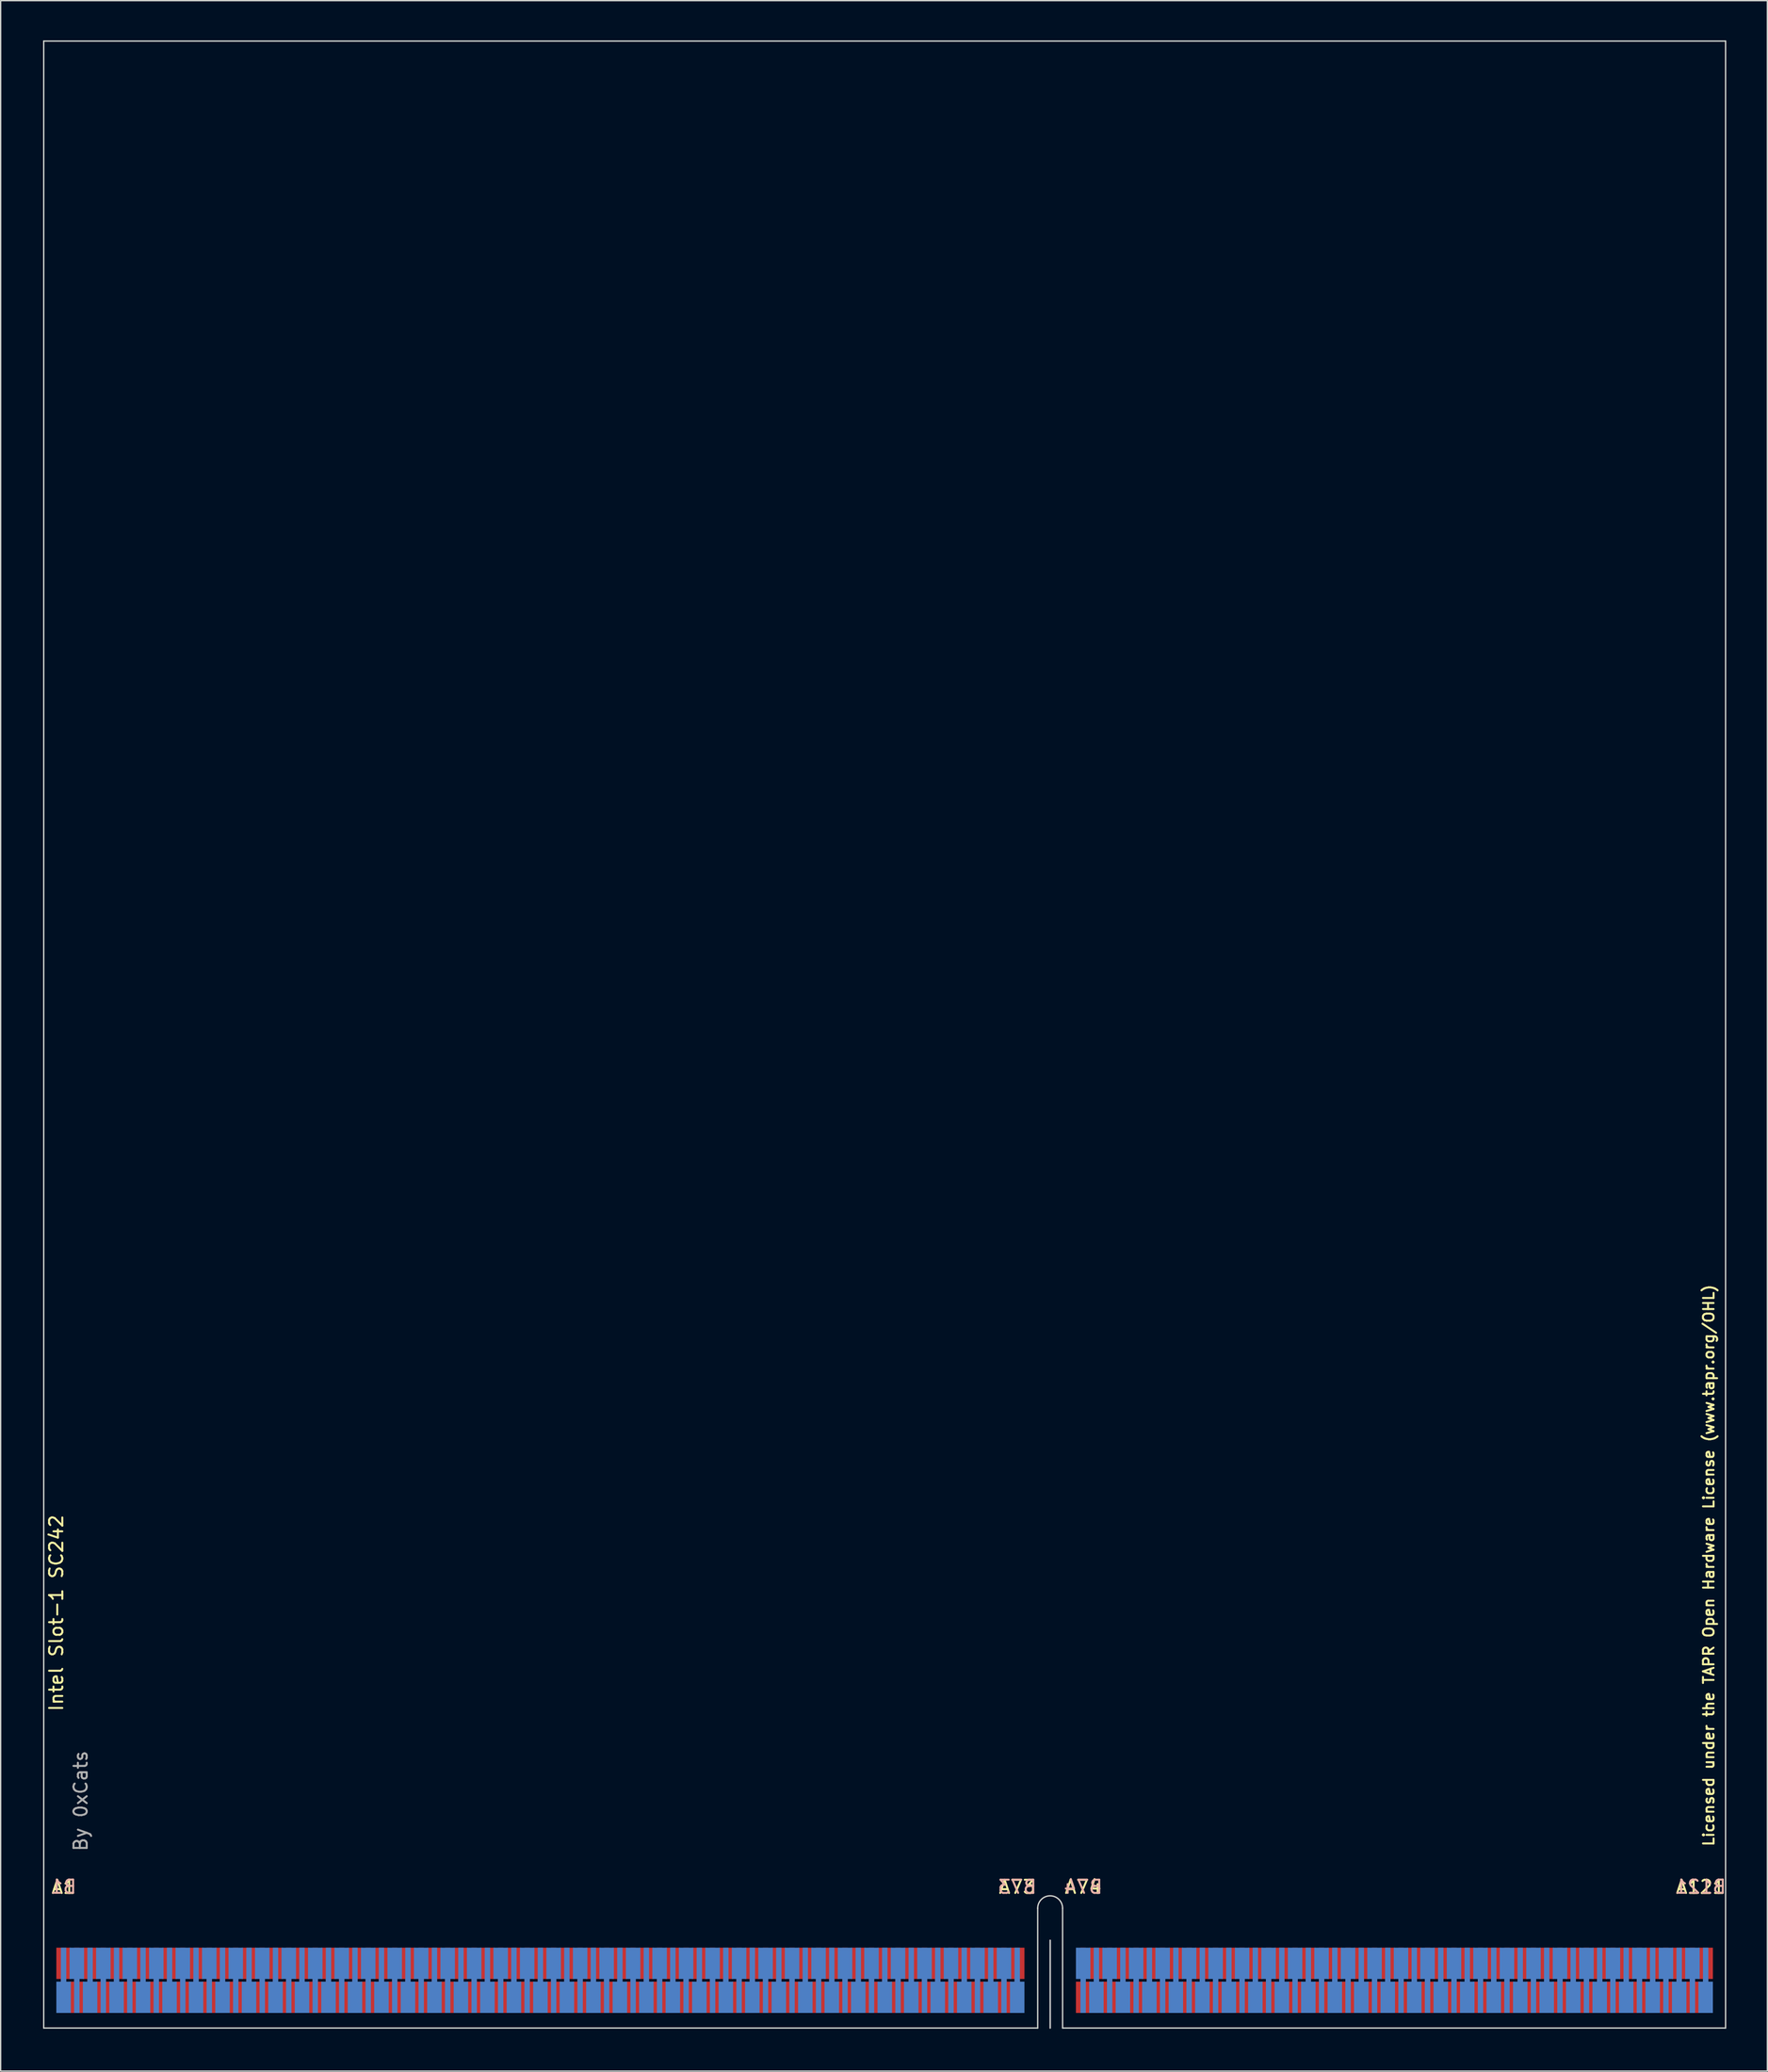
<source format=kicad_pcb>
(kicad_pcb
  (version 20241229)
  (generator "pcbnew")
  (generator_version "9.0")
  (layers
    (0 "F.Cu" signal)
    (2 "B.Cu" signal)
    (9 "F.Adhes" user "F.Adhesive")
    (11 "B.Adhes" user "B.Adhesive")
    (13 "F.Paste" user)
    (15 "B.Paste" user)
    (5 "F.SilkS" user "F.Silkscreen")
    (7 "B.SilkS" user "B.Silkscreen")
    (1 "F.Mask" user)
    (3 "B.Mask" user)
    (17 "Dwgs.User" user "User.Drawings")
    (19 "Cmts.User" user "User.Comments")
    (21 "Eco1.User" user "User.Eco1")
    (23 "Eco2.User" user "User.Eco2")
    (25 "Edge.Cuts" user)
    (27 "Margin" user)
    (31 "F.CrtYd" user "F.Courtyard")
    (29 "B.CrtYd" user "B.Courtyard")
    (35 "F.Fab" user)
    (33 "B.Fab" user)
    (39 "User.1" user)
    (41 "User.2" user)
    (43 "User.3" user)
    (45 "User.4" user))
  (footprint "Intel Slot-1 SC242"
    (layer "F.Cu")
    (at 0.25 150.05)
    (property "Reference" "Intel Slot-1 SC242" (at 0.95 -31.33 90) (unlocked yes) (layer "F.SilkS") (effects (font (size 1 1) (thickness 0.15))))
    (attr smd)
    (fp_rect (start 75.06 -6.07) (end 0 0) (stroke (width 0.1) (type solid)) (fill yes) (layer "F.Mask"))
    (fp_rect (start 127 -6.07) (end 76.937 0) (stroke (width 0.1) (type solid)) (fill yes) (layer "F.Mask"))
    (fp_rect (start 0 -6.07) (end 75.06 0) (stroke (width 0.1) (type solid)) (fill yes) (layer "B.Mask"))
    (fp_rect (start 76.937 -6.07) (end 127 0) (stroke (width 0.1) (type solid)) (fill yes) (layer "B.Mask"))
    (fp_line (start 76 0) (end 76 -6.62) (stroke (width 0.12) (type solid)) (layer "Dwgs.User"))
    (fp_line (start 0 -150) (end 0 0) (stroke (width 0.1) (type solid)) (layer "Edge.Cuts"))
    (fp_line (start 0 0) (end 75.057 0) (stroke (width 0.1) (type solid)) (layer "Edge.Cuts"))
    (fp_line (start 75.057 0) (end 75.057 -9.042) (stroke (width 0.1) (type solid)) (layer "Edge.Cuts"))
    (fp_line (start 76.937 0) (end 76.937 -9.042) (stroke (width 0.1) (type solid)) (layer "Edge.Cuts"))
    (fp_line (start 76.937 0) (end 127 0) (stroke (width 0.1) (type solid)) (layer "Edge.Cuts"))
    (fp_line (start 127 -150) (end 0 -150) (stroke (width 0.1) (type solid)) (layer "Edge.Cuts"))
    (fp_line (start 127 0) (end 127 -150) (stroke (width 0.1) (type solid)) (layer "Edge.Cuts"))
    (fp_arc (start 75.057 -9.0424) (mid 75.996826 -9.982174) (end 76.9366 -9.042348) (stroke (width 0.1) (type solid)) (layer "Edge.Cuts"))
    (fp_text user "A121" (at 125.11 -10.65 0) (unlocked yes) (layer "F.SilkS") (effects (font (size 1 1) (thickness 0.15))))
    (fp_text user "A74" (at 78.489 -10.65 0) (unlocked yes) (layer "F.SilkS") (effects (font (size 1 1) (thickness 0.15))))
    (fp_text user "Licensed under the TAPR Open Hardware License (www.tapr.org/OHL)" (at 125.73 -34.925 90) (unlocked yes) (layer "F.SilkS") (effects (font (size 0.8 0.8) (thickness 0.15))))
    (fp_text user "A1" (at 1.501 -10.65 0) (unlocked yes) (layer "F.SilkS") (effects (font (size 1 1) (thickness 0.15))))
    (fp_text user "A73" (at 73.511 -10.65 0) (unlocked yes) (layer "F.SilkS") (effects (font (size 1 1) (thickness 0.15))))
    (fp_text user "B73" (at 73.51 -10.656 0) (unlocked yes) (layer "B.SilkS") (effects (font (size 1 1) (thickness 0.15)) (justify mirror)))
    (fp_text user "B121" (at 125.099 -10.663 0) (unlocked yes) (layer "B.SilkS") (effects (font (size 1 1) (thickness 0.15)) (justify mirror)))
    (fp_text user "B1" (at 1.485 -10.663 0) (unlocked yes) (layer "B.SilkS") (effects (font (size 1 1) (thickness 0.15)) (justify mirror)))
    (fp_text user "B74" (at 78.489 -10.656 0) (unlocked yes) (layer "B.SilkS") (effects (font (size 1 1) (thickness 0.15)) (justify mirror)))
    (fp_text user "By 0xCats" (at 2.794 -17.145 90) (unlocked yes) (layer "F.Fab") (effects (font (size 1 1) (thickness 0.15))))
    (pad "A1" connect custom (at 1.501 -4.885 180) (size 1.092 2.362) (layers "F.Cu" "F.Mask") (options (anchor rect)) (primitives (gr_poly (pts (xy 0.203 -1.181) (xy -0.203 -1.181) (xy -0.203 -3.747) (xy 0.203 -3.747)) (width 0) (fill yes))))
    (pad "A2" connect custom (at 2.502 -2.32) (size 1.092 2.362) (layers "F.Cu" "F.Mask") (options (anchor rect)) (primitives (gr_poly (pts (xy 0.203 -1.181) (xy -0.203 -1.181) (xy -0.203 -3.747) (xy 0.203 -3.747)) (width 0) (fill yes))))
    (pad "A3" connect custom (at 3.502 -4.885 180) (size 1.092 2.362) (layers "F.Cu" "F.Mask") (options (anchor rect)) (primitives (gr_poly (pts (xy 0.203 -1.181) (xy -0.203 -1.181) (xy -0.203 -3.747) (xy 0.203 -3.747)) (width 0) (fill yes))))
    (pad "A4" connect custom (at 4.502 -2.32) (size 1.092 2.362) (layers "F.Cu" "F.Mask") (options (anchor rect)) (primitives (gr_poly (pts (xy 0.203 -1.181) (xy -0.203 -1.181) (xy -0.203 -3.747) (xy 0.203 -3.747)) (width 0) (fill yes))))
    (pad "A5" connect custom (at 5.502 -4.885 180) (size 1.092 2.362) (layers "F.Cu" "F.Mask") (options (anchor rect)) (primitives (gr_poly (pts (xy 0.203 -1.181) (xy -0.203 -1.181) (xy -0.203 -3.747) (xy 0.203 -3.747)) (width 0) (fill yes))))
    (pad "A6" connect custom (at 6.502 -2.32) (size 1.092 2.362) (layers "F.Cu" "F.Mask") (options (anchor rect)) (primitives (gr_poly (pts (xy 0.203 -1.181) (xy -0.203 -1.181) (xy -0.203 -3.747) (xy 0.203 -3.747)) (width 0) (fill yes))))
    (pad "A7" connect custom (at 7.502 -4.885 180) (size 1.092 2.362) (layers "F.Cu" "F.Mask") (options (anchor rect)) (primitives (gr_poly (pts (xy 0.203 -1.181) (xy -0.203 -1.181) (xy -0.203 -3.747) (xy 0.203 -3.747)) (width 0) (fill yes))))
    (pad "A8" connect custom (at 8.502 -2.32) (size 1.092 2.362) (layers "F.Cu" "F.Mask") (options (anchor rect)) (primitives (gr_poly (pts (xy 0.203 -1.181) (xy -0.203 -1.181) (xy -0.203 -3.747) (xy 0.203 -3.747)) (width 0) (fill yes))))
    (pad "A9" connect custom (at 9.502 -4.885 180) (size 1.092 2.362) (layers "F.Cu" "F.Mask") (options (anchor rect)) (primitives (gr_poly (pts (xy 0.203 -1.181) (xy -0.203 -1.181) (xy -0.203 -3.747) (xy 0.203 -3.747)) (width 0) (fill yes))))
    (pad "A10" connect custom (at 10.503 -2.32) (size 1.092 2.362) (layers "F.Cu" "F.Mask") (options (anchor rect)) (primitives (gr_poly (pts (xy 0.203 -1.181) (xy -0.203 -1.181) (xy -0.203 -3.747) (xy 0.203 -3.747)) (width 0) (fill yes))))
    (pad "A11" connect custom (at 11.503 -4.885 180) (size 1.092 2.362) (layers "F.Cu" "F.Mask") (options (anchor rect)) (primitives (gr_poly (pts (xy 0.203 -1.181) (xy -0.203 -1.181) (xy -0.203 -3.747) (xy 0.203 -3.747)) (width 0) (fill yes))))
    (pad "A12" connect custom (at 12.503 -2.32) (size 1.092 2.362) (layers "F.Cu" "F.Mask") (options (anchor rect)) (primitives (gr_poly (pts (xy 0.203 -1.181) (xy -0.203 -1.181) (xy -0.203 -3.747) (xy 0.203 -3.747)) (width 0) (fill yes))))
    (pad "A13" connect custom (at 13.503 -4.885 180) (size 1.092 2.362) (layers "F.Cu" "F.Mask") (options (anchor rect)) (primitives (gr_poly (pts (xy 0.203 -1.181) (xy -0.203 -1.181) (xy -0.203 -3.747) (xy 0.203 -3.747)) (width 0) (fill yes))))
    (pad "A14" connect custom (at 14.503 -2.32) (size 1.092 2.362) (layers "F.Cu" "F.Mask") (options (anchor rect)) (primitives (gr_poly (pts (xy 0.203 -1.181) (xy -0.203 -1.181) (xy -0.203 -3.747) (xy 0.203 -3.747)) (width 0) (fill yes))))
    (pad "A15" connect custom (at 15.503 -4.885 180) (size 1.092 2.362) (layers "F.Cu" "F.Mask") (options (anchor rect)) (primitives (gr_poly (pts (xy 0.203 -1.181) (xy -0.203 -1.181) (xy -0.203 -3.747) (xy 0.203 -3.747)) (width 0) (fill yes))))
    (pad "A16" connect custom (at 16.503 -2.32) (size 1.092 2.362) (layers "F.Cu" "F.Mask") (options (anchor rect)) (primitives (gr_poly (pts (xy 0.203 -1.181) (xy -0.203 -1.181) (xy -0.203 -3.747) (xy 0.203 -3.747)) (width 0) (fill yes))))
    (pad "A17" connect custom (at 17.504 -4.885 180) (size 1.092 2.362) (layers "F.Cu" "F.Mask") (options (anchor rect)) (primitives (gr_poly (pts (xy 0.203 -1.181) (xy -0.203 -1.181) (xy -0.203 -3.747) (xy 0.203 -3.747)) (width 0) (fill yes))))
    (pad "A18" connect custom (at 18.504 -2.32) (size 1.092 2.362) (layers "F.Cu" "F.Mask") (options (anchor rect)) (primitives (gr_poly (pts (xy 0.203 -1.181) (xy -0.203 -1.181) (xy -0.203 -3.747) (xy 0.203 -3.747)) (width 0) (fill yes))))
    (pad "A19" connect custom (at 19.504 -4.885 180) (size 1.092 2.362) (layers "F.Cu" "F.Mask") (options (anchor rect)) (primitives (gr_poly (pts (xy 0.203 -1.181) (xy -0.203 -1.181) (xy -0.203 -3.747) (xy 0.203 -3.747)) (width 0) (fill yes))))
    (pad "A20" connect custom (at 20.504 -2.32) (size 1.092 2.362) (layers "F.Cu" "F.Mask") (options (anchor rect)) (primitives (gr_poly (pts (xy 0.203 -1.181) (xy -0.203 -1.181) (xy -0.203 -3.747) (xy 0.203 -3.747)) (width 0) (fill yes))))
    (pad "A21" connect custom (at 21.504 -4.885 180) (size 1.092 2.362) (layers "F.Cu" "F.Mask") (options (anchor rect)) (primitives (gr_poly (pts (xy 0.203 -1.181) (xy -0.203 -1.181) (xy -0.203 -3.747) (xy 0.203 -3.747)) (width 0) (fill yes))))
    (pad "A22" connect custom (at 22.504 -2.32) (size 1.092 2.362) (layers "F.Cu" "F.Mask") (options (anchor rect)) (primitives (gr_poly (pts (xy 0.203 -1.181) (xy -0.203 -1.181) (xy -0.203 -3.747) (xy 0.203 -3.747)) (width 0) (fill yes))))
    (pad "A23" connect custom (at 23.504 -4.885 180) (size 1.092 2.362) (layers "F.Cu" "F.Mask") (options (anchor rect)) (primitives (gr_poly (pts (xy 0.203 -1.181) (xy -0.203 -1.181) (xy -0.203 -3.747) (xy 0.203 -3.747)) (width 0) (fill yes))))
    (pad "A24" connect custom (at 24.504 -2.32) (size 1.092 2.362) (layers "F.Cu" "F.Mask") (options (anchor rect)) (primitives (gr_poly (pts (xy 0.203 -1.181) (xy -0.203 -1.181) (xy -0.203 -3.747) (xy 0.203 -3.747)) (width 0) (fill yes))))
    (pad "A25" connect custom (at 25.505 -4.885 180) (size 1.092 2.362) (layers "F.Cu" "F.Mask") (options (anchor rect)) (primitives (gr_poly (pts (xy 0.203 -1.181) (xy -0.203 -1.181) (xy -0.203 -3.747) (xy 0.203 -3.747)) (width 0) (fill yes))))
    (pad "A26" connect custom (at 26.505 -2.32) (size 1.092 2.362) (layers "F.Cu" "F.Mask") (options (anchor rect)) (primitives (gr_poly (pts (xy 0.203 -1.181) (xy -0.203 -1.181) (xy -0.203 -3.747) (xy 0.203 -3.747)) (width 0) (fill yes))))
    (pad "A27" connect custom (at 27.505 -4.885 180) (size 1.092 2.362) (layers "F.Cu" "F.Mask") (options (anchor rect)) (primitives (gr_poly (pts (xy 0.203 -1.181) (xy -0.203 -1.181) (xy -0.203 -3.747) (xy 0.203 -3.747)) (width 0) (fill yes))))
    (pad "A28" connect custom (at 28.505 -2.32) (size 1.092 2.362) (layers "F.Cu" "F.Mask") (options (anchor rect)) (primitives (gr_poly (pts (xy 0.203 -1.181) (xy -0.203 -1.181) (xy -0.203 -3.747) (xy 0.203 -3.747)) (width 0) (fill yes))))
    (pad "A29" connect custom (at 29.505 -4.885 180) (size 1.092 2.362) (layers "F.Cu" "F.Mask") (options (anchor rect)) (primitives (gr_poly (pts (xy 0.203 -1.181) (xy -0.203 -1.181) (xy -0.203 -3.747) (xy 0.203 -3.747)) (width 0) (fill yes))))
    (pad "A30" connect custom (at 30.505 -2.32) (size 1.092 2.362) (layers "F.Cu" "F.Mask") (options (anchor rect)) (primitives (gr_poly (pts (xy 0.203 -1.181) (xy -0.203 -1.181) (xy -0.203 -3.747) (xy 0.203 -3.747)) (width 0) (fill yes))))
    (pad "A31" connect custom (at 31.505 -4.885 180) (size 1.092 2.362) (layers "F.Cu" "F.Mask") (options (anchor rect)) (primitives (gr_poly (pts (xy 0.203 -1.181) (xy -0.203 -1.181) (xy -0.203 -3.747) (xy 0.203 -3.747)) (width 0) (fill yes))))
    (pad "A32" connect custom (at 32.505 -2.32) (size 1.092 2.362) (layers "F.Cu" "F.Mask") (options (anchor rect)) (primitives (gr_poly (pts (xy 0.203 -1.181) (xy -0.203 -1.181) (xy -0.203 -3.747) (xy 0.203 -3.747)) (width 0) (fill yes))))
    (pad "A33" connect custom (at 33.506 -4.885 180) (size 1.092 2.362) (layers "F.Cu" "F.Mask") (options (anchor rect)) (primitives (gr_poly (pts (xy 0.203 -1.181) (xy -0.203 -1.181) (xy -0.203 -3.747) (xy 0.203 -3.747)) (width 0) (fill yes))))
    (pad "A34" connect custom (at 34.506 -2.32) (size 1.092 2.362) (layers "F.Cu" "F.Mask") (options (anchor rect)) (primitives (gr_poly (pts (xy 0.203 -1.181) (xy -0.203 -1.181) (xy -0.203 -3.747) (xy 0.203 -3.747)) (width 0) (fill yes))))
    (pad "A35" connect custom (at 35.506 -4.885 180) (size 1.092 2.362) (layers "F.Cu" "F.Mask") (options (anchor rect)) (primitives (gr_poly (pts (xy 0.203 -1.181) (xy -0.203 -1.181) (xy -0.203 -3.747) (xy 0.203 -3.747)) (width 0) (fill yes))))
    (pad "A36" connect custom (at 36.506 -2.32) (size 1.092 2.362) (layers "F.Cu" "F.Mask") (options (anchor rect)) (primitives (gr_poly (pts (xy 0.203 -1.181) (xy -0.203 -1.181) (xy -0.203 -3.747) (xy 0.203 -3.747)) (width 0) (fill yes))))
    (pad "A37" connect custom (at 37.506 -4.885 180) (size 1.092 2.362) (layers "F.Cu" "F.Mask") (options (anchor rect)) (primitives (gr_poly (pts (xy 0.203 -1.181) (xy -0.203 -1.181) (xy -0.203 -3.747) (xy 0.203 -3.747)) (width 0) (fill yes))))
    (pad "A38" connect custom (at 38.506 -2.32) (size 1.092 2.362) (layers "F.Cu" "F.Mask") (options (anchor rect)) (primitives (gr_poly (pts (xy 0.203 -1.181) (xy -0.203 -1.181) (xy -0.203 -3.747) (xy 0.203 -3.747)) (width 0) (fill yes))))
    (pad "A39" connect custom (at 39.506 -4.885 180) (size 1.092 2.362) (layers "F.Cu" "F.Mask") (options (anchor rect)) (primitives (gr_poly (pts (xy 0.203 -1.181) (xy -0.203 -1.181) (xy -0.203 -3.747) (xy 0.203 -3.747)) (width 0) (fill yes))))
    (pad "A40" connect custom (at 40.507 -2.32) (size 1.092 2.362) (layers "F.Cu" "F.Mask") (options (anchor rect)) (primitives (gr_poly (pts (xy 0.203 -1.181) (xy -0.203 -1.181) (xy -0.203 -3.747) (xy 0.203 -3.747)) (width 0) (fill yes))))
    (pad "A41" connect custom (at 41.507 -4.885 180) (size 1.092 2.362) (layers "F.Cu" "F.Mask") (options (anchor rect)) (primitives (gr_poly (pts (xy 0.203 -1.181) (xy -0.203 -1.181) (xy -0.203 -3.747) (xy 0.203 -3.747)) (width 0) (fill yes))))
    (pad "A42" connect custom (at 42.507 -2.32) (size 1.092 2.362) (layers "F.Cu" "F.Mask") (options (anchor rect)) (primitives (gr_poly (pts (xy 0.203 -1.181) (xy -0.203 -1.181) (xy -0.203 -3.747) (xy 0.203 -3.747)) (width 0) (fill yes))))
    (pad "A43" connect custom (at 43.507 -4.885 180) (size 1.092 2.362) (layers "F.Cu" "F.Mask") (options (anchor rect)) (primitives (gr_poly (pts (xy 0.203 -1.181) (xy -0.203 -1.181) (xy -0.203 -3.747) (xy 0.203 -3.747)) (width 0) (fill yes))))
    (pad "A44" connect custom (at 44.507 -2.32) (size 1.092 2.362) (layers "F.Cu" "F.Mask") (options (anchor rect)) (primitives (gr_poly (pts (xy 0.203 -1.181) (xy -0.203 -1.181) (xy -0.203 -3.747) (xy 0.203 -3.747)) (width 0) (fill yes))))
    (pad "A45" connect custom (at 45.507 -4.885 180) (size 1.092 2.362) (layers "F.Cu" "F.Mask") (options (anchor rect)) (primitives (gr_poly (pts (xy 0.203 -1.181) (xy -0.203 -1.181) (xy -0.203 -3.747) (xy 0.203 -3.747)) (width 0) (fill yes))))
    (pad "A46" connect custom (at 46.507 -2.32) (size 1.092 2.362) (layers "F.Cu" "F.Mask") (options (anchor rect)) (primitives (gr_poly (pts (xy 0.203 -1.181) (xy -0.203 -1.181) (xy -0.203 -3.747) (xy 0.203 -3.747)) (width 0) (fill yes))))
    (pad "A47" connect custom (at 47.507 -4.885 180) (size 1.092 2.362) (layers "F.Cu" "F.Mask") (options (anchor rect)) (primitives (gr_poly (pts (xy 0.203 -1.181) (xy -0.203 -1.181) (xy -0.203 -3.747) (xy 0.203 -3.747)) (width 0) (fill yes))))
    (pad "A48" connect custom (at 48.508 -2.32) (size 1.092 2.362) (layers "F.Cu" "F.Mask") (options (anchor rect)) (primitives (gr_poly (pts (xy 0.203 -1.181) (xy -0.203 -1.181) (xy -0.203 -3.747) (xy 0.203 -3.747)) (width 0) (fill yes))))
    (pad "A49" connect custom (at 49.508 -4.885 180) (size 1.092 2.362) (layers "F.Cu" "F.Mask") (options (anchor rect)) (primitives (gr_poly (pts (xy 0.203 -1.181) (xy -0.203 -1.181) (xy -0.203 -3.747) (xy 0.203 -3.747)) (width 0) (fill yes))))
    (pad "A50" connect custom (at 50.508 -2.32) (size 1.092 2.362) (layers "F.Cu" "F.Mask") (options (anchor rect)) (primitives (gr_poly (pts (xy 0.203 -1.181) (xy -0.203 -1.181) (xy -0.203 -3.747) (xy 0.203 -3.747)) (width 0) (fill yes))))
    (pad "A51" connect custom (at 51.508 -4.885 180) (size 1.092 2.362) (layers "F.Cu" "F.Mask") (options (anchor rect)) (primitives (gr_poly (pts (xy 0.203 -1.181) (xy -0.203 -1.181) (xy -0.203 -3.747) (xy 0.203 -3.747)) (width 0) (fill yes))))
    (pad "A52" connect custom (at 52.508 -2.32) (size 1.092 2.362) (layers "F.Cu" "F.Mask") (options (anchor rect)) (primitives (gr_poly (pts (xy 0.203 -1.181) (xy -0.203 -1.181) (xy -0.203 -3.747) (xy 0.203 -3.747)) (width 0) (fill yes))))
    (pad "A53" connect custom (at 53.508 -4.885 180) (size 1.092 2.362) (layers "F.Cu" "F.Mask") (options (anchor rect)) (primitives (gr_poly (pts (xy 0.203 -1.181) (xy -0.203 -1.181) (xy -0.203 -3.747) (xy 0.203 -3.747)) (width 0) (fill yes))))
    (pad "A54" connect custom (at 54.508 -2.32) (size 1.092 2.362) (layers "F.Cu" "F.Mask") (options (anchor rect)) (primitives (gr_poly (pts (xy 0.203 -1.181) (xy -0.203 -1.181) (xy -0.203 -3.747) (xy 0.203 -3.747)) (width 0) (fill yes))))
    (pad "A55" connect custom (at 55.508 -4.885 180) (size 1.092 2.362) (layers "F.Cu" "F.Mask") (options (anchor rect)) (primitives (gr_poly (pts (xy 0.203 -1.181) (xy -0.203 -1.181) (xy -0.203 -3.747) (xy 0.203 -3.747)) (width 0) (fill yes))))
    (pad "A56" connect custom (at 56.509 -2.32) (size 1.092 2.362) (layers "F.Cu" "F.Mask") (options (anchor rect)) (primitives (gr_poly (pts (xy 0.203 -1.181) (xy -0.203 -1.181) (xy -0.203 -3.747) (xy 0.203 -3.747)) (width 0) (fill yes))))
    (pad "A57" connect custom (at 57.509 -4.885 180) (size 1.092 2.362) (layers "F.Cu" "F.Mask") (options (anchor rect)) (primitives (gr_poly (pts (xy 0.203 -1.181) (xy -0.203 -1.181) (xy -0.203 -3.747) (xy 0.203 -3.747)) (width 0) (fill yes))))
    (pad "A58" connect custom (at 58.509 -2.32) (size 1.092 2.362) (layers "F.Cu" "F.Mask") (options (anchor rect)) (primitives (gr_poly (pts (xy 0.203 -1.181) (xy -0.203 -1.181) (xy -0.203 -3.747) (xy 0.203 -3.747)) (width 0) (fill yes))))
    (pad "A59" connect custom (at 59.509 -4.885 180) (size 1.092 2.362) (layers "F.Cu" "F.Mask") (options (anchor rect)) (primitives (gr_poly (pts (xy 0.203 -1.181) (xy -0.203 -1.181) (xy -0.203 -3.747) (xy 0.203 -3.747)) (width 0) (fill yes))))
    (pad "A60" connect custom (at 60.509 -2.32) (size 1.092 2.362) (layers "F.Cu" "F.Mask") (options (anchor rect)) (primitives (gr_poly (pts (xy 0.203 -1.181) (xy -0.203 -1.181) (xy -0.203 -3.747) (xy 0.203 -3.747)) (width 0) (fill yes))))
    (pad "A61" connect custom (at 61.509 -4.885 180) (size 1.092 2.362) (layers "F.Cu" "F.Mask") (options (anchor rect)) (primitives (gr_poly (pts (xy 0.203 -1.181) (xy -0.203 -1.181) (xy -0.203 -3.747) (xy 0.203 -3.747)) (width 0) (fill yes))))
    (pad "A62" connect custom (at 62.509 -2.32) (size 1.092 2.362) (layers "F.Cu" "F.Mask") (options (anchor rect)) (primitives (gr_poly (pts (xy 0.203 -1.181) (xy -0.203 -1.181) (xy -0.203 -3.747) (xy 0.203 -3.747)) (width 0) (fill yes))))
    (pad "A63" connect custom (at 63.51 -4.885 180) (size 1.092 2.362) (layers "F.Cu" "F.Mask") (options (anchor rect)) (primitives (gr_poly (pts (xy 0.203 -1.181) (xy -0.203 -1.181) (xy -0.203 -3.747) (xy 0.203 -3.747)) (width 0) (fill yes))))
    (pad "A64" connect custom (at 64.51 -2.32) (size 1.092 2.362) (layers "F.Cu" "F.Mask") (options (anchor rect)) (primitives (gr_poly (pts (xy 0.203 -1.181) (xy -0.203 -1.181) (xy -0.203 -3.747) (xy 0.203 -3.747)) (width 0) (fill yes))))
    (pad "A65" connect custom (at 65.51 -4.885 180) (size 1.092 2.362) (layers "F.Cu" "F.Mask") (options (anchor rect)) (primitives (gr_poly (pts (xy 0.203 -1.181) (xy -0.203 -1.181) (xy -0.203 -3.747) (xy 0.203 -3.747)) (width 0) (fill yes))))
    (pad "A66" connect custom (at 66.51 -2.32) (size 1.092 2.362) (layers "F.Cu" "F.Mask") (options (anchor rect)) (primitives (gr_poly (pts (xy 0.203 -1.181) (xy -0.203 -1.181) (xy -0.203 -3.747) (xy 0.203 -3.747)) (width 0) (fill yes))))
    (pad "A67" connect custom (at 67.51 -4.885 180) (size 1.092 2.362) (layers "F.Cu" "F.Mask") (options (anchor rect)) (primitives (gr_poly (pts (xy 0.203 -1.181) (xy -0.203 -1.181) (xy -0.203 -3.747) (xy 0.203 -3.747)) (width 0) (fill yes))))
    (pad "A68" connect custom (at 68.51 -2.32) (size 1.092 2.362) (layers "F.Cu" "F.Mask") (options (anchor rect)) (primitives (gr_poly (pts (xy 0.203 -1.181) (xy -0.203 -1.181) (xy -0.203 -3.747) (xy 0.203 -3.747)) (width 0) (fill yes))))
    (pad "A69" connect custom (at 69.51 -4.885 180) (size 1.092 2.362) (layers "F.Cu" "F.Mask") (options (anchor rect)) (primitives (gr_poly (pts (xy 0.203 -1.181) (xy -0.203 -1.181) (xy -0.203 -3.747) (xy 0.203 -3.747)) (width 0) (fill yes))))
    (pad "A70" connect custom (at 70.51 -2.32) (size 1.092 2.362) (layers "F.Cu" "F.Mask") (options (anchor rect)) (primitives (gr_poly (pts (xy 0.203 -1.181) (xy -0.203 -1.181) (xy -0.203 -3.747) (xy 0.203 -3.747)) (width 0) (fill yes))))
    (pad "A71" connect custom (at 71.511 -4.885 180) (size 1.092 2.362) (layers "F.Cu" "F.Mask") (options (anchor rect)) (primitives (gr_poly (pts (xy 0.203 -1.181) (xy -0.203 -1.181) (xy -0.203 -3.747) (xy 0.203 -3.747)) (width 0) (fill yes))))
    (pad "A72" connect custom (at 72.511 -2.32) (size 1.092 2.362) (layers "F.Cu" "F.Mask") (options (anchor rect)) (primitives (gr_poly (pts (xy 0.203 -1.181) (xy -0.203 -1.181) (xy -0.203 -3.747) (xy 0.203 -3.747)) (width 0) (fill yes))))
    (pad "A73" connect custom (at 73.511 -4.885 180) (size 1.092 2.362) (layers "F.Cu" "F.Mask") (options (anchor rect)) (primitives (gr_poly (pts (xy 0.203 -1.181) (xy -0.203 -1.181) (xy -0.203 -3.747) (xy 0.203 -3.747)) (width 0) (fill yes))))
    (pad "A74" connect custom (at 78.489 -2.32) (size 1.092 2.362) (layers "F.Cu" "F.Mask") (options (anchor rect)) (primitives (gr_poly (pts (xy 0.203 -1.181) (xy -0.203 -1.181) (xy -0.203 -3.747) (xy 0.203 -3.747)) (width 0) (fill yes))))
    (pad "A75" connect custom (at 79.489 -4.885 180) (size 1.092 2.362) (layers "F.Cu" "F.Mask") (options (anchor rect)) (primitives (gr_poly (pts (xy 0.203 -1.181) (xy -0.203 -1.181) (xy -0.203 -3.747) (xy 0.203 -3.747)) (width 0) (fill yes))))
    (pad "A76" connect custom (at 80.489 -2.32) (size 1.092 2.362) (layers "F.Cu" "F.Mask") (options (anchor rect)) (primitives (gr_poly (pts (xy 0.203 -1.181) (xy -0.203 -1.181) (xy -0.203 -3.747) (xy 0.203 -3.747)) (width 0) (fill yes))))
    (pad "A77" connect custom (at 81.49 -4.885 180) (size 1.092 2.362) (layers "F.Cu" "F.Mask") (options (anchor rect)) (primitives (gr_poly (pts (xy 0.203 -1.181) (xy -0.203 -1.181) (xy -0.203 -3.747) (xy 0.203 -3.747)) (width 0) (fill yes))))
    (pad "A78" connect custom (at 82.49 -2.32) (size 1.092 2.362) (layers "F.Cu" "F.Mask") (options (anchor rect)) (primitives (gr_poly (pts (xy 0.203 -1.181) (xy -0.203 -1.181) (xy -0.203 -3.747) (xy 0.203 -3.747)) (width 0) (fill yes))))
    (pad "A79" connect custom (at 83.49 -4.885 180) (size 1.092 2.362) (layers "F.Cu" "F.Mask") (options (anchor rect)) (primitives (gr_poly (pts (xy 0.203 -1.181) (xy -0.203 -1.181) (xy -0.203 -3.747) (xy 0.203 -3.747)) (width 0) (fill yes))))
    (pad "A80" connect custom (at 84.49 -2.32) (size 1.092 2.362) (layers "F.Cu" "F.Mask") (options (anchor rect)) (primitives (gr_poly (pts (xy 0.203 -1.181) (xy -0.203 -1.181) (xy -0.203 -3.747) (xy 0.203 -3.747)) (width 0) (fill yes))))
    (pad "A81" connect custom (at 85.49 -4.885 180) (size 1.092 2.362) (layers "F.Cu" "F.Mask") (options (anchor rect)) (primitives (gr_poly (pts (xy 0.203 -1.181) (xy -0.203 -1.181) (xy -0.203 -3.747) (xy 0.203 -3.747)) (width 0) (fill yes))))
    (pad "A82" connect custom (at 86.49 -2.32) (size 1.092 2.362) (layers "F.Cu" "F.Mask") (options (anchor rect)) (primitives (gr_poly (pts (xy 0.203 -1.181) (xy -0.203 -1.181) (xy -0.203 -3.747) (xy 0.203 -3.747)) (width 0) (fill yes))))
    (pad "A83" connect custom (at 87.49 -4.885 180) (size 1.092 2.362) (layers "F.Cu" "F.Mask") (options (anchor rect)) (primitives (gr_poly (pts (xy 0.203 -1.181) (xy -0.203 -1.181) (xy -0.203 -3.747) (xy 0.203 -3.747)) (width 0) (fill yes))))
    (pad "A84" connect custom (at 88.49 -2.32) (size 1.092 2.362) (layers "F.Cu" "F.Mask") (options (anchor rect)) (primitives (gr_poly (pts (xy 0.203 -1.181) (xy -0.203 -1.181) (xy -0.203 -3.747) (xy 0.203 -3.747)) (width 0) (fill yes))))
    (pad "A85" connect custom (at 89.491 -4.885 180) (size 1.092 2.362) (layers "F.Cu" "F.Mask") (options (anchor rect)) (primitives (gr_poly (pts (xy 0.203 -1.181) (xy -0.203 -1.181) (xy -0.203 -3.747) (xy 0.203 -3.747)) (width 0) (fill yes))))
    (pad "A86" connect custom (at 90.491 -2.32) (size 1.092 2.362) (layers "F.Cu" "F.Mask") (options (anchor rect)) (primitives (gr_poly (pts (xy 0.203 -1.181) (xy -0.203 -1.181) (xy -0.203 -3.747) (xy 0.203 -3.747)) (width 0) (fill yes))))
    (pad "A87" connect custom (at 91.491 -4.885 180) (size 1.092 2.362) (layers "F.Cu" "F.Mask") (options (anchor rect)) (primitives (gr_poly (pts (xy 0.203 -1.181) (xy -0.203 -1.181) (xy -0.203 -3.747) (xy 0.203 -3.747)) (width 0) (fill yes))))
    (pad "A88" connect custom (at 92.491 -2.32) (size 1.092 2.362) (layers "F.Cu" "F.Mask") (options (anchor rect)) (primitives (gr_poly (pts (xy 0.203 -1.181) (xy -0.203 -1.181) (xy -0.203 -3.747) (xy 0.203 -3.747)) (width 0) (fill yes))))
    (pad "A89" connect custom (at 93.491 -4.885 180) (size 1.092 2.362) (layers "F.Cu" "F.Mask") (options (anchor rect)) (primitives (gr_poly (pts (xy 0.203 -1.181) (xy -0.203 -1.181) (xy -0.203 -3.747) (xy 0.203 -3.747)) (width 0) (fill yes))))
    (pad "A90" connect custom (at 94.491 -2.32) (size 1.092 2.362) (layers "F.Cu" "F.Mask") (options (anchor rect)) (primitives (gr_poly (pts (xy 0.203 -1.181) (xy -0.203 -1.181) (xy -0.203 -3.747) (xy 0.203 -3.747)) (width 0) (fill yes))))
    (pad "A91" connect custom (at 95.491 -4.885 180) (size 1.092 2.362) (layers "F.Cu" "F.Mask") (options (anchor rect)) (primitives (gr_poly (pts (xy 0.203 -1.181) (xy -0.203 -1.181) (xy -0.203 -3.747) (xy 0.203 -3.747)) (width 0) (fill yes))))
    (pad "A92" connect custom (at 96.492 -2.32) (size 1.092 2.362) (layers "F.Cu" "F.Mask") (options (anchor rect)) (primitives (gr_poly (pts (xy 0.203 -1.181) (xy -0.203 -1.181) (xy -0.203 -3.747) (xy 0.203 -3.747)) (width 0) (fill yes))))
    (pad "A93" connect custom (at 97.492 -4.885 180) (size 1.092 2.362) (layers "F.Cu" "F.Mask") (options (anchor rect)) (primitives (gr_poly (pts (xy 0.203 -1.181) (xy -0.203 -1.181) (xy -0.203 -3.747) (xy 0.203 -3.747)) (width 0) (fill yes))))
    (pad "A94" connect custom (at 98.492 -2.32) (size 1.092 2.362) (layers "F.Cu" "F.Mask") (options (anchor rect)) (primitives (gr_poly (pts (xy 0.203 -1.181) (xy -0.203 -1.181) (xy -0.203 -3.747) (xy 0.203 -3.747)) (width 0) (fill yes))))
    (pad "A95" connect custom (at 99.492 -4.885 180) (size 1.092 2.362) (layers "F.Cu" "F.Mask") (options (anchor rect)) (primitives (gr_poly (pts (xy 0.203 -1.181) (xy -0.203 -1.181) (xy -0.203 -3.747) (xy 0.203 -3.747)) (width 0) (fill yes))))
    (pad "A96" connect custom (at 100.492 -2.32) (size 1.092 2.362) (layers "F.Cu" "F.Mask") (options (anchor rect)) (primitives (gr_poly (pts (xy 0.203 -1.181) (xy -0.203 -1.181) (xy -0.203 -3.747) (xy 0.203 -3.747)) (width 0) (fill yes))))
    (pad "A97" connect custom (at 101.492 -4.885 180) (size 1.092 2.362) (layers "F.Cu" "F.Mask") (options (anchor rect)) (primitives (gr_poly (pts (xy 0.203 -1.181) (xy -0.203 -1.181) (xy -0.203 -3.747) (xy 0.203 -3.747)) (width 0) (fill yes))))
    (pad "A98" connect custom (at 102.492 -2.32) (size 1.092 2.362) (layers "F.Cu" "F.Mask") (options (anchor rect)) (primitives (gr_poly (pts (xy 0.203 -1.181) (xy -0.203 -1.181) (xy -0.203 -3.747) (xy 0.203 -3.747)) (width 0) (fill yes))))
    (pad "A99" connect custom (at 103.492 -4.885 180) (size 1.092 2.362) (layers "F.Cu" "F.Mask") (options (anchor rect)) (primitives (gr_poly (pts (xy 0.203 -1.181) (xy -0.203 -1.181) (xy -0.203 -3.747) (xy 0.203 -3.747)) (width 0) (fill yes))))
    (pad "A100" connect custom (at 104.493 -2.32) (size 1.092 2.362) (layers "F.Cu" "F.Mask") (options (anchor rect)) (primitives (gr_poly (pts (xy 0.203 -1.181) (xy -0.203 -1.181) (xy -0.203 -3.747) (xy 0.203 -3.747)) (width 0) (fill yes))))
    (pad "A101" connect custom (at 105.493 -4.885 180) (size 1.092 2.362) (layers "F.Cu" "F.Mask") (options (anchor rect)) (primitives (gr_poly (pts (xy 0.203 -1.181) (xy -0.203 -1.181) (xy -0.203 -3.747) (xy 0.203 -3.747)) (width 0) (fill yes))))
    (pad "A102" connect custom (at 106.493 -2.32) (size 1.092 2.362) (layers "F.Cu" "F.Mask") (options (anchor rect)) (primitives (gr_poly (pts (xy 0.203 -1.181) (xy -0.203 -1.181) (xy -0.203 -3.747) (xy 0.203 -3.747)) (width 0) (fill yes))))
    (pad "A103" connect custom (at 107.493 -4.885 180) (size 1.092 2.362) (layers "F.Cu" "F.Mask") (options (anchor rect)) (primitives (gr_poly (pts (xy 0.203 -1.181) (xy -0.203 -1.181) (xy -0.203 -3.747) (xy 0.203 -3.747)) (width 0) (fill yes))))
    (pad "A104" connect custom (at 108.493 -2.32) (size 1.092 2.362) (layers "F.Cu" "F.Mask") (options (anchor rect)) (primitives (gr_poly (pts (xy 0.203 -1.181) (xy -0.203 -1.181) (xy -0.203 -3.747) (xy 0.203 -3.747)) (width 0) (fill yes))))
    (pad "A105" connect custom (at 109.493 -4.885 180) (size 1.092 2.362) (layers "F.Cu" "F.Mask") (options (anchor rect)) (primitives (gr_poly (pts (xy 0.203 -1.181) (xy -0.203 -1.181) (xy -0.203 -3.747) (xy 0.203 -3.747)) (width 0) (fill yes))))
    (pad "A106" connect custom (at 110.493 -2.32) (size 1.092 2.362) (layers "F.Cu" "F.Mask") (options (anchor rect)) (primitives (gr_poly (pts (xy 0.203 -1.181) (xy -0.203 -1.181) (xy -0.203 -3.747) (xy 0.203 -3.747)) (width 0) (fill yes))))
    (pad "A107" connect custom (at 111.493 -4.885 180) (size 1.092 2.362) (layers "F.Cu" "F.Mask") (options (anchor rect)) (primitives (gr_poly (pts (xy 0.203 -1.181) (xy -0.203 -1.181) (xy -0.203 -3.747) (xy 0.203 -3.747)) (width 0) (fill yes))))
    (pad "A108" connect custom (at 112.494 -2.32) (size 1.092 2.362) (layers "F.Cu" "F.Mask") (options (anchor rect)) (primitives (gr_poly (pts (xy 0.203 -1.181) (xy -0.203 -1.181) (xy -0.203 -3.747) (xy 0.203 -3.747)) (width 0) (fill yes))))
    (pad "A109" connect custom (at 113.494 -4.885 180) (size 1.092 2.362) (layers "F.Cu" "F.Mask") (options (anchor rect)) (primitives (gr_poly (pts (xy 0.203 -1.181) (xy -0.203 -1.181) (xy -0.203 -3.747) (xy 0.203 -3.747)) (width 0) (fill yes))))
    (pad "A110" connect custom (at 114.494 -2.32) (size 1.092 2.362) (layers "F.Cu" "F.Mask") (options (anchor rect)) (primitives (gr_poly (pts (xy 0.203 -1.181) (xy -0.203 -1.181) (xy -0.203 -3.747) (xy 0.203 -3.747)) (width 0) (fill yes))))
    (pad "A111" connect custom (at 115.494 -4.885 180) (size 1.092 2.362) (layers "F.Cu" "F.Mask") (options (anchor rect)) (primitives (gr_poly (pts (xy 0.203 -1.181) (xy -0.203 -1.181) (xy -0.203 -3.747) (xy 0.203 -3.747)) (width 0) (fill yes))))
    (pad "A112" connect custom (at 116.494 -2.32) (size 1.092 2.362) (layers "F.Cu" "F.Mask") (options (anchor rect)) (primitives (gr_poly (pts (xy 0.203 -1.181) (xy -0.203 -1.181) (xy -0.203 -3.747) (xy 0.203 -3.747)) (width 0) (fill yes))))
    (pad "A113" connect custom (at 117.494 -4.885 180) (size 1.092 2.362) (layers "F.Cu" "F.Mask") (options (anchor rect)) (primitives (gr_poly (pts (xy 0.203 -1.181) (xy -0.203 -1.181) (xy -0.203 -3.747) (xy 0.203 -3.747)) (width 0) (fill yes))))
    (pad "A114" connect custom (at 118.494 -2.32) (size 1.092 2.362) (layers "F.Cu" "F.Mask") (options (anchor rect)) (primitives (gr_poly (pts (xy 0.203 -1.181) (xy -0.203 -1.181) (xy -0.203 -3.747) (xy 0.203 -3.747)) (width 0) (fill yes))))
    (pad "A115" connect custom (at 119.495 -4.885 180) (size 1.092 2.362) (layers "F.Cu" "F.Mask") (options (anchor rect)) (primitives (gr_poly (pts (xy 0.203 -1.181) (xy -0.203 -1.181) (xy -0.203 -3.747) (xy 0.203 -3.747)) (width 0) (fill yes))))
    (pad "A116" connect custom (at 120.495 -2.32) (size 1.092 2.362) (layers "F.Cu" "F.Mask") (options (anchor rect)) (primitives (gr_poly (pts (xy 0.203 -1.181) (xy -0.203 -1.181) (xy -0.203 -3.747) (xy 0.203 -3.747)) (width 0) (fill yes))))
    (pad "A117" connect custom (at 121.495 -4.885 180) (size 1.092 2.362) (layers "F.Cu" "F.Mask") (options (anchor rect)) (primitives (gr_poly (pts (xy 0.203 -1.181) (xy -0.203 -1.181) (xy -0.203 -3.747) (xy 0.203 -3.747)) (width 0) (fill yes))))
    (pad "A118" connect custom (at 122.495 -2.32) (size 1.092 2.362) (layers "F.Cu" "F.Mask") (options (anchor rect)) (primitives (gr_poly (pts (xy 0.203 -1.181) (xy -0.203 -1.181) (xy -0.203 -3.747) (xy 0.203 -3.747)) (width 0) (fill yes))))
    (pad "A119" connect custom (at 123.495 -4.885 180) (size 1.092 2.362) (layers "F.Cu" "F.Mask") (options (anchor rect)) (primitives (gr_poly (pts (xy 0.203 -1.181) (xy -0.203 -1.181) (xy -0.203 -3.747) (xy 0.203 -3.747)) (width 0) (fill yes))))
    (pad "A120" connect custom (at 124.495 -2.32) (size 1.092 2.362) (layers "F.Cu" "F.Mask") (options (anchor rect)) (primitives (gr_poly (pts (xy 0.203 -1.181) (xy -0.203 -1.181) (xy -0.203 -3.747) (xy 0.203 -3.747)) (width 0) (fill yes))))
    (pad "A121" connect custom (at 125.495 -4.885 180) (size 1.092 2.362) (layers "F.Cu" "F.Mask") (options (anchor rect)) (primitives (gr_poly (pts (xy 0.203 -1.181) (xy -0.203 -1.181) (xy -0.203 -3.747) (xy 0.203 -3.747)) (width 0) (fill yes))))
    (pad "B1" connect custom (at 1.501 -2.32) (size 1.092 2.362) (layers "B.Cu" "B.Mask") (options (anchor rect)) (primitives (gr_poly (pts (xy 0.203 -1.181) (xy -0.203 -1.181) (xy -0.203 -3.747) (xy 0.203 -3.747)) (width 0) (fill yes))))
    (pad "B2" connect custom (at 2.502 -4.885 180) (size 1.092 2.362) (layers "B.Cu" "B.Mask") (options (anchor rect)) (primitives (gr_poly (pts (xy 0.203 -1.181) (xy -0.203 -1.181) (xy -0.203 -3.747) (xy 0.203 -3.747)) (width 0) (fill yes))))
    (pad "B3" connect custom (at 3.502 -2.32) (size 1.092 2.362) (layers "B.Cu" "B.Mask") (options (anchor rect)) (primitives (gr_poly (pts (xy 0.203 -1.181) (xy -0.203 -1.181) (xy -0.203 -3.747) (xy 0.203 -3.747)) (width 0) (fill yes))))
    (pad "B4" connect custom (at 4.502 -4.885 180) (size 1.092 2.362) (layers "B.Cu" "B.Mask") (options (anchor rect)) (primitives (gr_poly (pts (xy 0.203 -1.181) (xy -0.203 -1.181) (xy -0.203 -3.747) (xy 0.203 -3.747)) (width 0) (fill yes))))
    (pad "B5" connect custom (at 5.502 -2.32) (size 1.092 2.362) (layers "B.Cu" "B.Mask") (options (anchor rect)) (primitives (gr_poly (pts (xy 0.203 -1.181) (xy -0.203 -1.181) (xy -0.203 -3.747) (xy 0.203 -3.747)) (width 0) (fill yes))))
    (pad "B6" connect custom (at 6.502 -4.885 180) (size 1.092 2.362) (layers "B.Cu" "B.Mask") (options (anchor rect)) (primitives (gr_poly (pts (xy 0.203 -1.181) (xy -0.203 -1.181) (xy -0.203 -3.747) (xy 0.203 -3.747)) (width 0) (fill yes))))
    (pad "B7" connect custom (at 7.502 -2.32) (size 1.092 2.362) (layers "B.Cu" "B.Mask") (options (anchor rect)) (primitives (gr_poly (pts (xy 0.203 -1.181) (xy -0.203 -1.181) (xy -0.203 -3.747) (xy 0.203 -3.747)) (width 0) (fill yes))))
    (pad "B8" connect custom (at 8.502 -4.885 180) (size 1.092 2.362) (layers "B.Cu" "B.Mask") (options (anchor rect)) (primitives (gr_poly (pts (xy 0.203 -1.181) (xy -0.203 -1.181) (xy -0.203 -3.747) (xy 0.203 -3.747)) (width 0) (fill yes))))
    (pad "B9" connect custom (at 9.502 -2.32) (size 1.092 2.362) (layers "B.Cu" "B.Mask") (options (anchor rect)) (primitives (gr_poly (pts (xy 0.203 -1.181) (xy -0.203 -1.181) (xy -0.203 -3.747) (xy 0.203 -3.747)) (width 0) (fill yes))))
    (pad "B10" connect custom (at 10.503 -4.885 180) (size 1.092 2.362) (layers "B.Cu" "B.Mask") (options (anchor rect)) (primitives (gr_poly (pts (xy 0.203 -1.181) (xy -0.203 -1.181) (xy -0.203 -3.747) (xy 0.203 -3.747)) (width 0) (fill yes))))
    (pad "B11" connect custom (at 11.503 -2.32) (size 1.092 2.362) (layers "B.Cu" "B.Mask") (options (anchor rect)) (primitives (gr_poly (pts (xy 0.203 -1.181) (xy -0.203 -1.181) (xy -0.203 -3.747) (xy 0.203 -3.747)) (width 0) (fill yes))))
    (pad "B12" connect custom (at 12.503 -4.885 180) (size 1.092 2.362) (layers "B.Cu" "B.Mask") (options (anchor rect)) (primitives (gr_poly (pts (xy 0.203 -1.181) (xy -0.203 -1.181) (xy -0.203 -3.747) (xy 0.203 -3.747)) (width 0) (fill yes))))
    (pad "B13" connect custom (at 13.503 -2.32) (size 1.092 2.362) (layers "B.Cu" "B.Mask") (options (anchor rect)) (primitives (gr_poly (pts (xy 0.203 -1.181) (xy -0.203 -1.181) (xy -0.203 -3.747) (xy 0.203 -3.747)) (width 0) (fill yes))))
    (pad "B14" connect custom (at 14.503 -4.885 180) (size 1.092 2.362) (layers "B.Cu" "B.Mask") (options (anchor rect)) (primitives (gr_poly (pts (xy 0.203 -1.181) (xy -0.203 -1.181) (xy -0.203 -3.747) (xy 0.203 -3.747)) (width 0) (fill yes))))
    (pad "B15" connect custom (at 15.503 -2.32) (size 1.092 2.362) (layers "B.Cu" "B.Mask") (options (anchor rect)) (primitives (gr_poly (pts (xy 0.203 -1.181) (xy -0.203 -1.181) (xy -0.203 -3.747) (xy 0.203 -3.747)) (width 0) (fill yes))))
    (pad "B16" connect custom (at 16.503 -4.885 180) (size 1.092 2.362) (layers "B.Cu" "B.Mask") (options (anchor rect)) (primitives (gr_poly (pts (xy 0.203 -1.181) (xy -0.203 -1.181) (xy -0.203 -3.747) (xy 0.203 -3.747)) (width 0) (fill yes))))
    (pad "B17" connect custom (at 17.504 -2.32) (size 1.092 2.362) (layers "B.Cu" "B.Mask") (options (anchor rect)) (primitives (gr_poly (pts (xy 0.203 -1.181) (xy -0.203 -1.181) (xy -0.203 -3.747) (xy 0.203 -3.747)) (width 0) (fill yes))))
    (pad "B18" connect custom (at 18.504 -4.885 180) (size 1.092 2.362) (layers "B.Cu" "B.Mask") (options (anchor rect)) (primitives (gr_poly (pts (xy 0.203 -1.181) (xy -0.203 -1.181) (xy -0.203 -3.747) (xy 0.203 -3.747)) (width 0) (fill yes))))
    (pad "B19" connect custom (at 19.504 -2.32) (size 1.092 2.362) (layers "B.Cu" "B.Mask") (options (anchor rect)) (primitives (gr_poly (pts (xy 0.203 -1.181) (xy -0.203 -1.181) (xy -0.203 -3.747) (xy 0.203 -3.747)) (width 0) (fill yes))))
    (pad "B20" connect custom (at 20.504 -4.885 180) (size 1.092 2.362) (layers "B.Cu" "B.Mask") (options (anchor rect)) (primitives (gr_poly (pts (xy 0.203 -1.181) (xy -0.203 -1.181) (xy -0.203 -3.747) (xy 0.203 -3.747)) (width 0) (fill yes))))
    (pad "B21" connect custom (at 21.504 -2.32) (size 1.092 2.362) (layers "B.Cu" "B.Mask") (options (anchor rect)) (primitives (gr_poly (pts (xy 0.203 -1.181) (xy -0.203 -1.181) (xy -0.203 -3.747) (xy 0.203 -3.747)) (width 0) (fill yes))))
    (pad "B22" connect custom (at 22.504 -4.885 180) (size 1.092 2.362) (layers "B.Cu" "B.Mask") (options (anchor rect)) (primitives (gr_poly (pts (xy 0.203 -1.181) (xy -0.203 -1.181) (xy -0.203 -3.747) (xy 0.203 -3.747)) (width 0) (fill yes))))
    (pad "B23" connect custom (at 23.504 -2.32) (size 1.092 2.362) (layers "B.Cu" "B.Mask") (options (anchor rect)) (primitives (gr_poly (pts (xy 0.203 -1.181) (xy -0.203 -1.181) (xy -0.203 -3.747) (xy 0.203 -3.747)) (width 0) (fill yes))))
    (pad "B24" connect custom (at 24.504 -4.885 180) (size 1.092 2.362) (layers "B.Cu" "B.Mask") (options (anchor rect)) (primitives (gr_poly (pts (xy 0.203 -1.181) (xy -0.203 -1.181) (xy -0.203 -3.747) (xy 0.203 -3.747)) (width 0) (fill yes))))
    (pad "B25" connect custom (at 25.505 -2.32) (size 1.092 2.362) (layers "B.Cu" "B.Mask") (options (anchor rect)) (primitives (gr_poly (pts (xy 0.203 -1.181) (xy -0.203 -1.181) (xy -0.203 -3.747) (xy 0.203 -3.747)) (width 0) (fill yes))))
    (pad "B26" connect custom (at 26.505 -4.885 180) (size 1.092 2.362) (layers "B.Cu" "B.Mask") (options (anchor rect)) (primitives (gr_poly (pts (xy 0.203 -1.181) (xy -0.203 -1.181) (xy -0.203 -3.747) (xy 0.203 -3.747)) (width 0) (fill yes))))
    (pad "B27" connect custom (at 27.505 -2.32) (size 1.092 2.362) (layers "B.Cu" "B.Mask") (options (anchor rect)) (primitives (gr_poly (pts (xy 0.203 -1.181) (xy -0.203 -1.181) (xy -0.203 -3.747) (xy 0.203 -3.747)) (width 0) (fill yes))))
    (pad "B28" connect custom (at 28.505 -4.885 180) (size 1.092 2.362) (layers "B.Cu" "B.Mask") (options (anchor rect)) (primitives (gr_poly (pts (xy 0.203 -1.181) (xy -0.203 -1.181) (xy -0.203 -3.747) (xy 0.203 -3.747)) (width 0) (fill yes))))
    (pad "B29" connect custom (at 29.505 -2.32) (size 1.092 2.362) (layers "B.Cu" "B.Mask") (options (anchor rect)) (primitives (gr_poly (pts (xy 0.203 -1.181) (xy -0.203 -1.181) (xy -0.203 -3.747) (xy 0.203 -3.747)) (width 0) (fill yes))))
    (pad "B30" connect custom (at 30.505 -4.885 180) (size 1.092 2.362) (layers "B.Cu" "B.Mask") (options (anchor rect)) (primitives (gr_poly (pts (xy 0.203 -1.181) (xy -0.203 -1.181) (xy -0.203 -3.747) (xy 0.203 -3.747)) (width 0) (fill yes))))
    (pad "B31" connect custom (at 31.505 -2.32) (size 1.092 2.362) (layers "B.Cu" "B.Mask") (options (anchor rect)) (primitives (gr_poly (pts (xy 0.203 -1.181) (xy -0.203 -1.181) (xy -0.203 -3.747) (xy 0.203 -3.747)) (width 0) (fill yes))))
    (pad "B32" connect custom (at 32.505 -4.885 180) (size 1.092 2.362) (layers "B.Cu" "B.Mask") (options (anchor rect)) (primitives (gr_poly (pts (xy 0.203 -1.181) (xy -0.203 -1.181) (xy -0.203 -3.747) (xy 0.203 -3.747)) (width 0) (fill yes))))
    (pad "B33" connect custom (at 33.506 -2.32) (size 1.092 2.362) (layers "B.Cu" "B.Mask") (options (anchor rect)) (primitives (gr_poly (pts (xy 0.203 -1.181) (xy -0.203 -1.181) (xy -0.203 -3.747) (xy 0.203 -3.747)) (width 0) (fill yes))))
    (pad "B34" connect custom (at 34.506 -4.885 180) (size 1.092 2.362) (layers "B.Cu" "B.Mask") (options (anchor rect)) (primitives (gr_poly (pts (xy 0.203 -1.181) (xy -0.203 -1.181) (xy -0.203 -3.747) (xy 0.203 -3.747)) (width 0) (fill yes))))
    (pad "B35" connect custom (at 35.506 -2.32) (size 1.092 2.362) (layers "B.Cu" "B.Mask") (options (anchor rect)) (primitives (gr_poly (pts (xy 0.203 -1.181) (xy -0.203 -1.181) (xy -0.203 -3.747) (xy 0.203 -3.747)) (width 0) (fill yes))))
    (pad "B36" connect custom (at 36.506 -4.885 180) (size 1.092 2.362) (layers "B.Cu" "B.Mask") (options (anchor rect)) (primitives (gr_poly (pts (xy 0.203 -1.181) (xy -0.203 -1.181) (xy -0.203 -3.747) (xy 0.203 -3.747)) (width 0) (fill yes))))
    (pad "B37" connect custom (at 37.506 -2.32) (size 1.092 2.362) (layers "B.Cu" "B.Mask") (options (anchor rect)) (primitives (gr_poly (pts (xy 0.203 -1.181) (xy -0.203 -1.181) (xy -0.203 -3.747) (xy 0.203 -3.747)) (width 0) (fill yes))))
    (pad "B38" connect custom (at 38.506 -4.885 180) (size 1.092 2.362) (layers "B.Cu" "B.Mask") (options (anchor rect)) (primitives (gr_poly (pts (xy 0.203 -1.181) (xy -0.203 -1.181) (xy -0.203 -3.747) (xy 0.203 -3.747)) (width 0) (fill yes))))
    (pad "B39" connect custom (at 39.506 -2.32) (size 1.092 2.362) (layers "B.Cu" "B.Mask") (options (anchor rect)) (primitives (gr_poly (pts (xy 0.203 -1.181) (xy -0.203 -1.181) (xy -0.203 -3.747) (xy 0.203 -3.747)) (width 0) (fill yes))))
    (pad "B40" connect custom (at 40.507 -4.885 180) (size 1.092 2.362) (layers "B.Cu" "B.Mask") (options (anchor rect)) (primitives (gr_poly (pts (xy 0.203 -1.181) (xy -0.203 -1.181) (xy -0.203 -3.747) (xy 0.203 -3.747)) (width 0) (fill yes))))
    (pad "B41" connect custom (at 41.507 -2.32) (size 1.092 2.362) (layers "B.Cu" "B.Mask") (options (anchor rect)) (primitives (gr_poly (pts (xy 0.203 -1.181) (xy -0.203 -1.181) (xy -0.203 -3.747) (xy 0.203 -3.747)) (width 0) (fill yes))))
    (pad "B42" connect custom (at 42.507 -4.885 180) (size 1.092 2.362) (layers "B.Cu" "B.Mask") (options (anchor rect)) (primitives (gr_poly (pts (xy 0.203 -1.181) (xy -0.203 -1.181) (xy -0.203 -3.747) (xy 0.203 -3.747)) (width 0) (fill yes))))
    (pad "B43" connect custom (at 43.507 -2.32) (size 1.092 2.362) (layers "B.Cu" "B.Mask") (options (anchor rect)) (primitives (gr_poly (pts (xy 0.203 -1.181) (xy -0.203 -1.181) (xy -0.203 -3.747) (xy 0.203 -3.747)) (width 0) (fill yes))))
    (pad "B44" connect custom (at 44.507 -4.885 180) (size 1.092 2.362) (layers "B.Cu" "B.Mask") (options (anchor rect)) (primitives (gr_poly (pts (xy 0.203 -1.181) (xy -0.203 -1.181) (xy -0.203 -3.747) (xy 0.203 -3.747)) (width 0) (fill yes))))
    (pad "B45" connect custom (at 45.507 -2.32) (size 1.092 2.362) (layers "B.Cu" "B.Mask") (options (anchor rect)) (primitives (gr_poly (pts (xy 0.203 -1.181) (xy -0.203 -1.181) (xy -0.203 -3.747) (xy 0.203 -3.747)) (width 0) (fill yes))))
    (pad "B46" connect custom (at 46.507 -4.885 180) (size 1.092 2.362) (layers "B.Cu" "B.Mask") (options (anchor rect)) (primitives (gr_poly (pts (xy 0.203 -1.181) (xy -0.203 -1.181) (xy -0.203 -3.747) (xy 0.203 -3.747)) (width 0) (fill yes))))
    (pad "B47" connect custom (at 47.507 -2.32) (size 1.092 2.362) (layers "B.Cu" "B.Mask") (options (anchor rect)) (primitives (gr_poly (pts (xy 0.203 -1.181) (xy -0.203 -1.181) (xy -0.203 -3.747) (xy 0.203 -3.747)) (width 0) (fill yes))))
    (pad "B48" connect custom (at 48.508 -4.885 180) (size 1.092 2.362) (layers "B.Cu" "B.Mask") (options (anchor rect)) (primitives (gr_poly (pts (xy 0.203 -1.181) (xy -0.203 -1.181) (xy -0.203 -3.747) (xy 0.203 -3.747)) (width 0) (fill yes))))
    (pad "B49" connect custom (at 49.508 -2.32) (size 1.092 2.362) (layers "B.Cu" "B.Mask") (options (anchor rect)) (primitives (gr_poly (pts (xy 0.203 -1.181) (xy -0.203 -1.181) (xy -0.203 -3.747) (xy 0.203 -3.747)) (width 0) (fill yes))))
    (pad "B50" connect custom (at 50.508 -4.885 180) (size 1.092 2.362) (layers "B.Cu" "B.Mask") (options (anchor rect)) (primitives (gr_poly (pts (xy 0.203 -1.181) (xy -0.203 -1.181) (xy -0.203 -3.747) (xy 0.203 -3.747)) (width 0) (fill yes))))
    (pad "B51" connect custom (at 51.508 -2.32) (size 1.092 2.362) (layers "B.Cu" "B.Mask") (options (anchor rect)) (primitives (gr_poly (pts (xy 0.203 -1.181) (xy -0.203 -1.181) (xy -0.203 -3.747) (xy 0.203 -3.747)) (width 0) (fill yes))))
    (pad "B52" connect custom (at 52.508 -4.885 180) (size 1.092 2.362) (layers "B.Cu" "B.Mask") (options (anchor rect)) (primitives (gr_poly (pts (xy 0.203 -1.181) (xy -0.203 -1.181) (xy -0.203 -3.747) (xy 0.203 -3.747)) (width 0) (fill yes))))
    (pad "B53" connect custom (at 53.508 -2.32) (size 1.092 2.362) (layers "B.Cu" "B.Mask") (options (anchor rect)) (primitives (gr_poly (pts (xy 0.203 -1.181) (xy -0.203 -1.181) (xy -0.203 -3.747) (xy 0.203 -3.747)) (width 0) (fill yes))))
    (pad "B54" connect custom (at 54.508 -4.885 180) (size 1.092 2.362) (layers "B.Cu" "B.Mask") (options (anchor rect)) (primitives (gr_poly (pts (xy 0.203 -1.181) (xy -0.203 -1.181) (xy -0.203 -3.747) (xy 0.203 -3.747)) (width 0) (fill yes))))
    (pad "B55" connect custom (at 55.508 -2.32) (size 1.092 2.362) (layers "B.Cu" "B.Mask") (options (anchor rect)) (primitives (gr_poly (pts (xy 0.203 -1.181) (xy -0.203 -1.181) (xy -0.203 -3.747) (xy 0.203 -3.747)) (width 0) (fill yes))))
    (pad "B56" connect custom (at 56.509 -4.885 180) (size 1.092 2.362) (layers "B.Cu" "B.Mask") (options (anchor rect)) (primitives (gr_poly (pts (xy 0.203 -1.181) (xy -0.203 -1.181) (xy -0.203 -3.747) (xy 0.203 -3.747)) (width 0) (fill yes))))
    (pad "B57" connect custom (at 57.509 -2.32) (size 1.092 2.362) (layers "B.Cu" "B.Mask") (options (anchor rect)) (primitives (gr_poly (pts (xy 0.203 -1.181) (xy -0.203 -1.181) (xy -0.203 -3.747) (xy 0.203 -3.747)) (width 0) (fill yes))))
    (pad "B58" connect custom (at 58.509 -4.885 180) (size 1.092 2.362) (layers "B.Cu" "B.Mask") (options (anchor rect)) (primitives (gr_poly (pts (xy 0.203 -1.181) (xy -0.203 -1.181) (xy -0.203 -3.747) (xy 0.203 -3.747)) (width 0) (fill yes))))
    (pad "B59" connect custom (at 59.509 -2.32) (size 1.092 2.362) (layers "B.Cu" "B.Mask") (options (anchor rect)) (primitives (gr_poly (pts (xy 0.203 -1.181) (xy -0.203 -1.181) (xy -0.203 -3.747) (xy 0.203 -3.747)) (width 0) (fill yes))))
    (pad "B60" connect custom (at 60.509 -4.885 180) (size 1.092 2.362) (layers "B.Cu" "B.Mask") (options (anchor rect)) (primitives (gr_poly (pts (xy 0.203 -1.181) (xy -0.203 -1.181) (xy -0.203 -3.747) (xy 0.203 -3.747)) (width 0) (fill yes))))
    (pad "B61" connect custom (at 61.509 -2.32) (size 1.092 2.362) (layers "B.Cu" "B.Mask") (options (anchor rect)) (primitives (gr_poly (pts (xy 0.203 -1.181) (xy -0.203 -1.181) (xy -0.203 -3.747) (xy 0.203 -3.747)) (width 0) (fill yes))))
    (pad "B62" connect custom (at 62.509 -4.885 180) (size 1.092 2.362) (layers "B.Cu" "B.Mask") (options (anchor rect)) (primitives (gr_poly (pts (xy 0.203 -1.181) (xy -0.203 -1.181) (xy -0.203 -3.747) (xy 0.203 -3.747)) (width 0) (fill yes))))
    (pad "B63" connect custom (at 63.51 -2.32) (size 1.092 2.362) (layers "B.Cu" "B.Mask") (options (anchor rect)) (primitives (gr_poly (pts (xy 0.203 -1.181) (xy -0.203 -1.181) (xy -0.203 -3.747) (xy 0.203 -3.747)) (width 0) (fill yes))))
    (pad "B64" connect custom (at 64.51 -4.885 180) (size 1.092 2.362) (layers "B.Cu" "B.Mask") (options (anchor rect)) (primitives (gr_poly (pts (xy 0.203 -1.181) (xy -0.203 -1.181) (xy -0.203 -3.747) (xy 0.203 -3.747)) (width 0) (fill yes))))
    (pad "B65" connect custom (at 65.51 -2.32) (size 1.092 2.362) (layers "B.Cu" "B.Mask") (options (anchor rect)) (primitives (gr_poly (pts (xy 0.203 -1.181) (xy -0.203 -1.181) (xy -0.203 -3.747) (xy 0.203 -3.747)) (width 0) (fill yes))))
    (pad "B66" connect custom (at 66.51 -4.885 180) (size 1.092 2.362) (layers "B.Cu" "B.Mask") (options (anchor rect)) (primitives (gr_poly (pts (xy 0.203 -1.181) (xy -0.203 -1.181) (xy -0.203 -3.747) (xy 0.203 -3.747)) (width 0) (fill yes))))
    (pad "B67" connect custom (at 67.51 -2.32) (size 1.092 2.362) (layers "B.Cu" "B.Mask") (options (anchor rect)) (primitives (gr_poly (pts (xy 0.203 -1.181) (xy -0.203 -1.181) (xy -0.203 -3.747) (xy 0.203 -3.747)) (width 0) (fill yes))))
    (pad "B68" connect custom (at 68.51 -4.885 180) (size 1.092 2.362) (layers "B.Cu" "B.Mask") (options (anchor rect)) (primitives (gr_poly (pts (xy 0.203 -1.181) (xy -0.203 -1.181) (xy -0.203 -3.747) (xy 0.203 -3.747)) (width 0) (fill yes))))
    (pad "B69" connect custom (at 69.51 -2.32) (size 1.092 2.362) (layers "B.Cu" "B.Mask") (options (anchor rect)) (primitives (gr_poly (pts (xy 0.203 -1.181) (xy -0.203 -1.181) (xy -0.203 -3.747) (xy 0.203 -3.747)) (width 0) (fill yes))))
    (pad "B70" connect custom (at 70.51 -4.885 180) (size 1.092 2.362) (layers "B.Cu" "B.Mask") (options (anchor rect)) (primitives (gr_poly (pts (xy 0.203 -1.181) (xy -0.203 -1.181) (xy -0.203 -3.747) (xy 0.203 -3.747)) (width 0) (fill yes))))
    (pad "B71" connect custom (at 71.511 -2.32) (size 1.092 2.362) (layers "B.Cu" "B.Mask") (options (anchor rect)) (primitives (gr_poly (pts (xy 0.203 -1.181) (xy -0.203 -1.181) (xy -0.203 -3.747) (xy 0.203 -3.747)) (width 0) (fill yes))))
    (pad "B72" connect custom (at 72.511 -4.885 180) (size 1.092 2.362) (layers "B.Cu" "B.Mask") (options (anchor rect)) (primitives (gr_poly (pts (xy 0.203 -1.181) (xy -0.203 -1.181) (xy -0.203 -3.747) (xy 0.203 -3.747)) (width 0) (fill yes))))
    (pad "B73" connect custom (at 73.511 -2.32) (size 1.092 2.362) (layers "B.Cu" "B.Mask") (options (anchor rect)) (primitives (gr_poly (pts (xy 0.203 -1.181) (xy -0.203 -1.181) (xy -0.203 -3.747) (xy 0.203 -3.747)) (width 0) (fill yes))))
    (pad "B74" connect custom (at 78.489 -4.885 180) (size 1.092 2.362) (layers "B.Cu" "B.Mask") (options (anchor rect)) (primitives (gr_poly (pts (xy 0.203 -1.181) (xy -0.203 -1.181) (xy -0.203 -3.747) (xy 0.203 -3.747)) (width 0) (fill yes))))
    (pad "B75" connect custom (at 79.489 -2.32) (size 1.092 2.362) (layers "B.Cu" "B.Mask") (options (anchor rect)) (primitives (gr_poly (pts (xy 0.203 -1.181) (xy -0.203 -1.181) (xy -0.203 -3.747) (xy 0.203 -3.747)) (width 0) (fill yes))))
    (pad "B76" connect custom (at 80.489 -4.885 180) (size 1.092 2.362) (layers "B.Cu" "B.Mask") (options (anchor rect)) (primitives (gr_poly (pts (xy 0.203 -1.181) (xy -0.203 -1.181) (xy -0.203 -3.747) (xy 0.203 -3.747)) (width 0) (fill yes))))
    (pad "B77" connect custom (at 81.49 -2.32) (size 1.092 2.362) (layers "B.Cu" "B.Mask") (options (anchor rect)) (primitives (gr_poly (pts (xy 0.203 -1.181) (xy -0.203 -1.181) (xy -0.203 -3.747) (xy 0.203 -3.747)) (width 0) (fill yes))))
    (pad "B78" connect custom (at 82.49 -4.885 180) (size 1.092 2.362) (layers "B.Cu" "B.Mask") (options (anchor rect)) (primitives (gr_poly (pts (xy 0.203 -1.181) (xy -0.203 -1.181) (xy -0.203 -3.747) (xy 0.203 -3.747)) (width 0) (fill yes))))
    (pad "B79" connect custom (at 83.49 -2.32) (size 1.092 2.362) (layers "B.Cu" "B.Mask") (options (anchor rect)) (primitives (gr_poly (pts (xy 0.203 -1.181) (xy -0.203 -1.181) (xy -0.203 -3.747) (xy 0.203 -3.747)) (width 0) (fill yes))))
    (pad "B80" connect custom (at 84.49 -4.885 180) (size 1.092 2.362) (layers "B.Cu" "B.Mask") (options (anchor rect)) (primitives (gr_poly (pts (xy 0.203 -1.181) (xy -0.203 -1.181) (xy -0.203 -3.747) (xy 0.203 -3.747)) (width 0) (fill yes))))
    (pad "B81" connect custom (at 85.49 -2.32) (size 1.092 2.362) (layers "B.Cu" "B.Mask") (options (anchor rect)) (primitives (gr_poly (pts (xy 0.203 -1.181) (xy -0.203 -1.181) (xy -0.203 -3.747) (xy 0.203 -3.747)) (width 0) (fill yes))))
    (pad "B82" connect custom (at 86.49 -4.885 180) (size 1.092 2.362) (layers "B.Cu" "B.Mask") (options (anchor rect)) (primitives (gr_poly (pts (xy 0.203 -1.181) (xy -0.203 -1.181) (xy -0.203 -3.747) (xy 0.203 -3.747)) (width 0) (fill yes))))
    (pad "B83" connect custom (at 87.49 -2.32) (size 1.092 2.362) (layers "B.Cu" "B.Mask") (options (anchor rect)) (primitives (gr_poly (pts (xy 0.203 -1.181) (xy -0.203 -1.181) (xy -0.203 -3.747) (xy 0.203 -3.747)) (width 0) (fill yes))))
    (pad "B84" connect custom (at 88.49 -4.885 180) (size 1.092 2.362) (layers "B.Cu" "B.Mask") (options (anchor rect)) (primitives (gr_poly (pts (xy 0.203 -1.181) (xy -0.203 -1.181) (xy -0.203 -3.747) (xy 0.203 -3.747)) (width 0) (fill yes))))
    (pad "B85" connect custom (at 89.491 -2.32) (size 1.092 2.362) (layers "B.Cu" "B.Mask") (options (anchor rect)) (primitives (gr_poly (pts (xy 0.203 -1.181) (xy -0.203 -1.181) (xy -0.203 -3.747) (xy 0.203 -3.747)) (width 0) (fill yes))))
    (pad "B86" connect custom (at 90.491 -4.885 180) (size 1.092 2.362) (layers "B.Cu" "B.Mask") (options (anchor rect)) (primitives (gr_poly (pts (xy 0.203 -1.181) (xy -0.203 -1.181) (xy -0.203 -3.747) (xy 0.203 -3.747)) (width 0) (fill yes))))
    (pad "B87" connect custom (at 91.491 -2.32) (size 1.092 2.362) (layers "B.Cu" "B.Mask") (options (anchor rect)) (primitives (gr_poly (pts (xy 0.203 -1.181) (xy -0.203 -1.181) (xy -0.203 -3.747) (xy 0.203 -3.747)) (width 0) (fill yes))))
    (pad "B88" connect custom (at 92.491 -4.885 180) (size 1.092 2.362) (layers "B.Cu" "B.Mask") (options (anchor rect)) (primitives (gr_poly (pts (xy 0.203 -1.181) (xy -0.203 -1.181) (xy -0.203 -3.747) (xy 0.203 -3.747)) (width 0) (fill yes))))
    (pad "B89" connect custom (at 93.491 -2.32) (size 1.092 2.362) (layers "B.Cu" "B.Mask") (options (anchor rect)) (primitives (gr_poly (pts (xy 0.203 -1.181) (xy -0.203 -1.181) (xy -0.203 -3.747) (xy 0.203 -3.747)) (width 0) (fill yes))))
    (pad "B90" connect custom (at 94.491 -4.885 180) (size 1.092 2.362) (layers "B.Cu" "B.Mask") (options (anchor rect)) (primitives (gr_poly (pts (xy 0.203 -1.181) (xy -0.203 -1.181) (xy -0.203 -3.747) (xy 0.203 -3.747)) (width 0) (fill yes))))
    (pad "B91" connect custom (at 95.491 -2.32) (size 1.092 2.362) (layers "B.Cu" "B.Mask") (options (anchor rect)) (primitives (gr_poly (pts (xy 0.203 -1.181) (xy -0.203 -1.181) (xy -0.203 -3.747) (xy 0.203 -3.747)) (width 0) (fill yes))))
    (pad "B92" connect custom (at 96.492 -4.885 180) (size 1.092 2.362) (layers "B.Cu" "B.Mask") (options (anchor rect)) (primitives (gr_poly (pts (xy 0.203 -1.181) (xy -0.203 -1.181) (xy -0.203 -3.747) (xy 0.203 -3.747)) (width 0) (fill yes))))
    (pad "B93" connect custom (at 97.492 -2.32) (size 1.092 2.362) (layers "B.Cu" "B.Mask") (options (anchor rect)) (primitives (gr_poly (pts (xy 0.203 -1.181) (xy -0.203 -1.181) (xy -0.203 -3.747) (xy 0.203 -3.747)) (width 0) (fill yes))))
    (pad "B94" connect custom (at 98.492 -4.885 180) (size 1.092 2.362) (layers "B.Cu" "B.Mask") (options (anchor rect)) (primitives (gr_poly (pts (xy 0.203 -1.181) (xy -0.203 -1.181) (xy -0.203 -3.747) (xy 0.203 -3.747)) (width 0) (fill yes))))
    (pad "B95" connect custom (at 99.492 -2.32) (size 1.092 2.362) (layers "B.Cu" "B.Mask") (options (anchor rect)) (primitives (gr_poly (pts (xy 0.203 -1.181) (xy -0.203 -1.181) (xy -0.203 -3.747) (xy 0.203 -3.747)) (width 0) (fill yes))))
    (pad "B96" connect custom (at 100.492 -4.885 180) (size 1.092 2.362) (layers "B.Cu" "B.Mask") (options (anchor rect)) (primitives (gr_poly (pts (xy 0.203 -1.181) (xy -0.203 -1.181) (xy -0.203 -3.747) (xy 0.203 -3.747)) (width 0) (fill yes))))
    (pad "B97" connect custom (at 101.492 -2.32) (size 1.092 2.362) (layers "B.Cu" "B.Mask") (options (anchor rect)) (primitives (gr_poly (pts (xy 0.203 -1.181) (xy -0.203 -1.181) (xy -0.203 -3.747) (xy 0.203 -3.747)) (width 0) (fill yes))))
    (pad "B98" connect custom (at 102.492 -4.885 180) (size 1.092 2.362) (layers "B.Cu" "B.Mask") (options (anchor rect)) (primitives (gr_poly (pts (xy 0.203 -1.181) (xy -0.203 -1.181) (xy -0.203 -3.747) (xy 0.203 -3.747)) (width 0) (fill yes))))
    (pad "B99" connect custom (at 103.492 -2.32) (size 1.092 2.362) (layers "B.Cu" "B.Mask") (options (anchor rect)) (primitives (gr_poly (pts (xy 0.203 -1.181) (xy -0.203 -1.181) (xy -0.203 -3.747) (xy 0.203 -3.747)) (width 0) (fill yes))))
    (pad "B100" connect custom (at 104.493 -4.885 180) (size 1.092 2.362) (layers "B.Cu" "B.Mask") (options (anchor rect)) (primitives (gr_poly (pts (xy 0.203 -1.181) (xy -0.203 -1.181) (xy -0.203 -3.747) (xy 0.203 -3.747)) (width 0) (fill yes))))
    (pad "B101" connect custom (at 105.493 -2.32) (size 1.092 2.362) (layers "B.Cu" "B.Mask") (options (anchor rect)) (primitives (gr_poly (pts (xy 0.203 -1.181) (xy -0.203 -1.181) (xy -0.203 -3.747) (xy 0.203 -3.747)) (width 0) (fill yes))))
    (pad "B102" connect custom (at 106.493 -4.885 180) (size 1.092 2.362) (layers "B.Cu" "B.Mask") (options (anchor rect)) (primitives (gr_poly (pts (xy 0.203 -1.181) (xy -0.203 -1.181) (xy -0.203 -3.747) (xy 0.203 -3.747)) (width 0) (fill yes))))
    (pad "B103" connect custom (at 107.493 -2.32) (size 1.092 2.362) (layers "B.Cu" "B.Mask") (options (anchor rect)) (primitives (gr_poly (pts (xy 0.203 -1.181) (xy -0.203 -1.181) (xy -0.203 -3.747) (xy 0.203 -3.747)) (width 0) (fill yes))))
    (pad "B104" connect custom (at 108.493 -4.885 180) (size 1.092 2.362) (layers "B.Cu" "B.Mask") (options (anchor rect)) (primitives (gr_poly (pts (xy 0.203 -1.181) (xy -0.203 -1.181) (xy -0.203 -3.747) (xy 0.203 -3.747)) (width 0) (fill yes))))
    (pad "B105" connect custom (at 109.493 -2.32) (size 1.092 2.362) (layers "B.Cu" "B.Mask") (options (anchor rect)) (primitives (gr_poly (pts (xy 0.203 -1.181) (xy -0.203 -1.181) (xy -0.203 -3.747) (xy 0.203 -3.747)) (width 0) (fill yes))))
    (pad "B106" connect custom (at 110.493 -4.885 180) (size 1.092 2.362) (layers "B.Cu" "B.Mask") (options (anchor rect)) (primitives (gr_poly (pts (xy 0.203 -1.181) (xy -0.203 -1.181) (xy -0.203 -3.747) (xy 0.203 -3.747)) (width 0) (fill yes))))
    (pad "B107" connect custom (at 111.493 -2.32) (size 1.092 2.362) (layers "B.Cu" "B.Mask") (options (anchor rect)) (primitives (gr_poly (pts (xy 0.203 -1.181) (xy -0.203 -1.181) (xy -0.203 -3.747) (xy 0.203 -3.747)) (width 0) (fill yes))))
    (pad "B108" connect custom (at 112.494 -4.885 180) (size 1.092 2.362) (layers "B.Cu" "B.Mask") (options (anchor rect)) (primitives (gr_poly (pts (xy 0.203 -1.181) (xy -0.203 -1.181) (xy -0.203 -3.747) (xy 0.203 -3.747)) (width 0) (fill yes))))
    (pad "B109" connect custom (at 113.494 -2.32) (size 1.092 2.362) (layers "B.Cu" "B.Mask") (options (anchor rect)) (primitives (gr_poly (pts (xy 0.203 -1.181) (xy -0.203 -1.181) (xy -0.203 -3.747) (xy 0.203 -3.747)) (width 0) (fill yes))))
    (pad "B110" connect custom (at 114.494 -4.885 180) (size 1.092 2.362) (layers "B.Cu" "B.Mask") (options (anchor rect)) (primitives (gr_poly (pts (xy 0.203 -1.181) (xy -0.203 -1.181) (xy -0.203 -3.747) (xy 0.203 -3.747)) (width 0) (fill yes))))
    (pad "B111" connect custom (at 115.494 -2.32) (size 1.092 2.362) (layers "B.Cu" "B.Mask") (options (anchor rect)) (primitives (gr_poly (pts (xy 0.203 -1.181) (xy -0.203 -1.181) (xy -0.203 -3.747) (xy 0.203 -3.747)) (width 0) (fill yes))))
    (pad "B112" connect custom (at 116.494 -4.885 180) (size 1.092 2.362) (layers "B.Cu" "B.Mask") (options (anchor rect)) (primitives (gr_poly (pts (xy 0.203 -1.181) (xy -0.203 -1.181) (xy -0.203 -3.747) (xy 0.203 -3.747)) (width 0) (fill yes))))
    (pad "B113" connect custom (at 117.494 -2.32) (size 1.092 2.362) (layers "B.Cu" "B.Mask") (options (anchor rect)) (primitives (gr_poly (pts (xy 0.203 -1.181) (xy -0.203 -1.181) (xy -0.203 -3.747) (xy 0.203 -3.747)) (width 0) (fill yes))))
    (pad "B114" connect custom (at 118.494 -4.885 180) (size 1.092 2.362) (layers "B.Cu" "B.Mask") (options (anchor rect)) (primitives (gr_poly (pts (xy 0.203 -1.181) (xy -0.203 -1.181) (xy -0.203 -3.747) (xy 0.203 -3.747)) (width 0) (fill yes))))
    (pad "B115" connect custom (at 119.495 -2.32) (size 1.092 2.362) (layers "B.Cu" "B.Mask") (options (anchor rect)) (primitives (gr_poly (pts (xy 0.203 -1.181) (xy -0.203 -1.181) (xy -0.203 -3.747) (xy 0.203 -3.747)) (width 0) (fill yes))))
    (pad "B116" connect custom (at 120.495 -4.885 180) (size 1.092 2.362) (layers "B.Cu" "B.Mask") (options (anchor rect)) (primitives (gr_poly (pts (xy 0.203 -1.181) (xy -0.203 -1.181) (xy -0.203 -3.747) (xy 0.203 -3.747)) (width 0) (fill yes))))
    (pad "B117" connect custom (at 121.495 -2.32) (size 1.092 2.362) (layers "B.Cu" "B.Mask") (options (anchor rect)) (primitives (gr_poly (pts (xy 0.203 -1.181) (xy -0.203 -1.181) (xy -0.203 -3.747) (xy 0.203 -3.747)) (width 0) (fill yes))))
    (pad "B118" connect custom (at 122.495 -4.885 180) (size 1.092 2.362) (layers "B.Cu" "B.Mask") (options (anchor rect)) (primitives (gr_poly (pts (xy 0.203 -1.181) (xy -0.203 -1.181) (xy -0.203 -3.747) (xy 0.203 -3.747)) (width 0) (fill yes))))
    (pad "B119" connect custom (at 123.495 -2.32) (size 1.092 2.362) (layers "B.Cu" "B.Mask") (options (anchor rect)) (primitives (gr_poly (pts (xy 0.203 -1.181) (xy -0.203 -1.181) (xy -0.203 -3.747) (xy 0.203 -3.747)) (width 0) (fill yes))))
    (pad "B120" connect custom (at 124.495 -4.885 180) (size 1.092 2.362) (layers "B.Cu" "B.Mask") (options (anchor rect)) (primitives (gr_poly (pts (xy 0.203 -1.181) (xy -0.203 -1.181) (xy -0.203 -3.747) (xy 0.203 -3.747)) (width 0) (fill yes))))
    (pad "B121" connect custom (at 125.495 -2.32) (size 1.092 2.362) (layers "B.Cu" "B.Mask") (options (anchor rect)) (primitives (gr_poly (pts (xy 0.203 -1.181) (xy -0.203 -1.181) (xy -0.203 -3.747) (xy 0.203 -3.747)) (width 0) (fill yes)))))
  (gr_rect
    (start -3 -3)
    (end 130.403 153.3)
    (stroke (width 0.1) (type default))
    (fill no)
    (layer "Edge.Cuts")))
</source>
